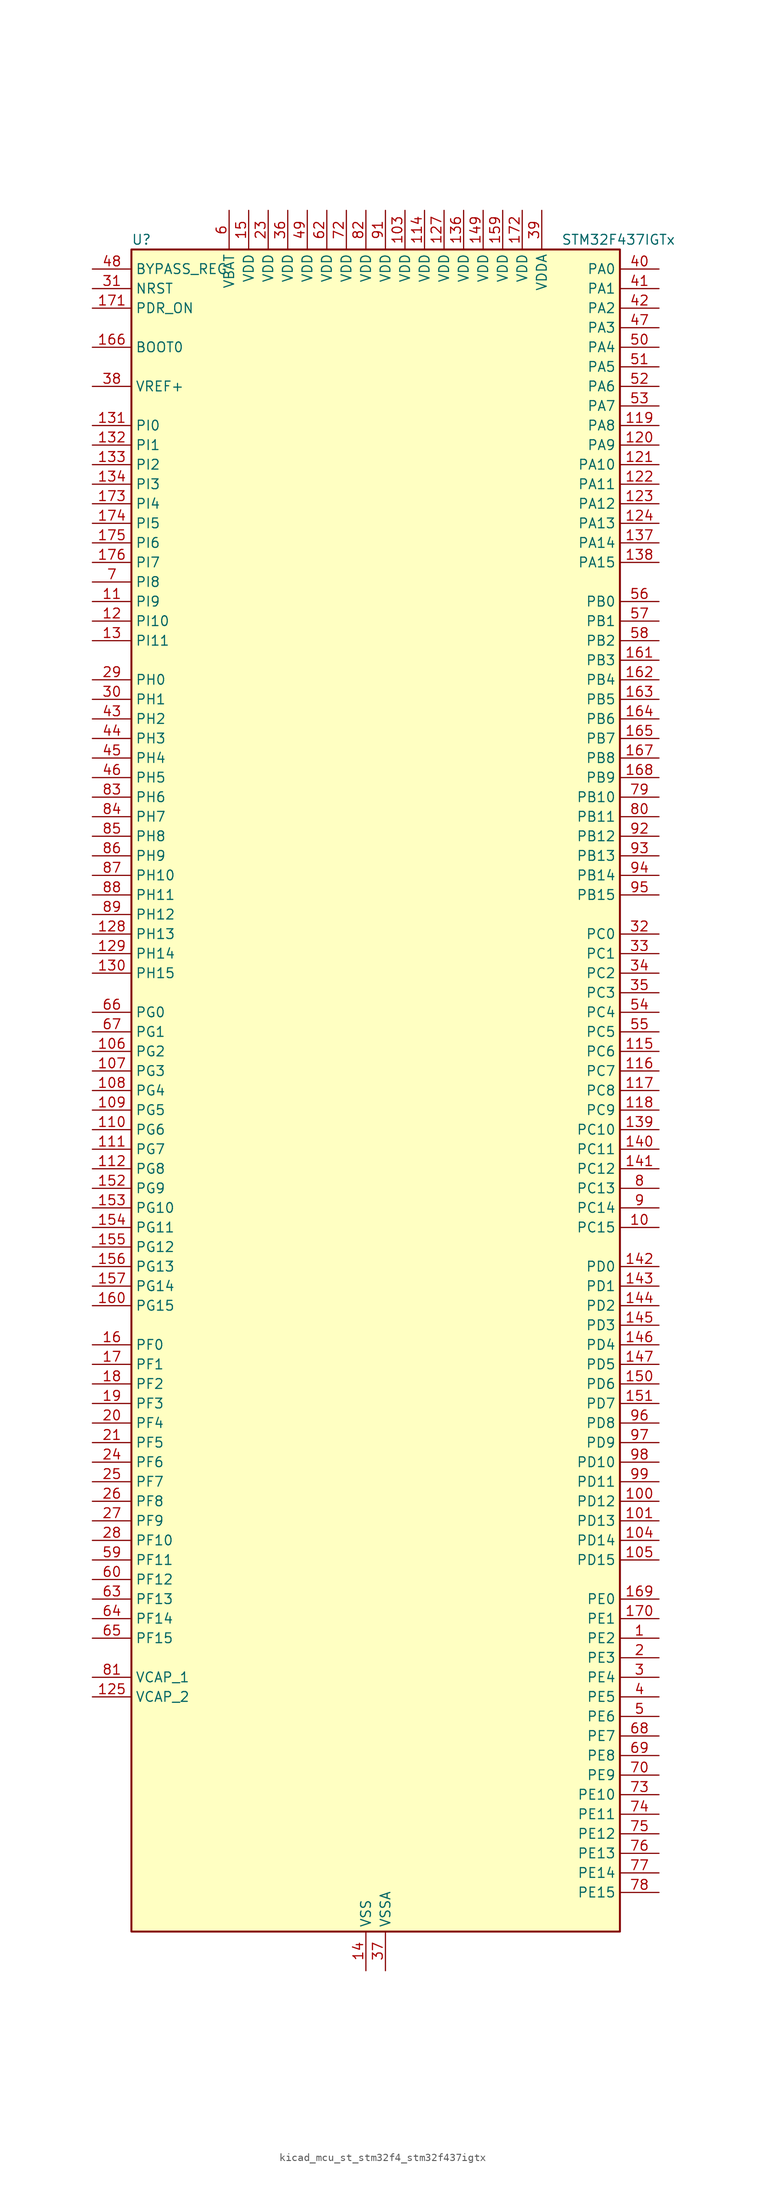
<source format=kicad_sym>
(kicad_symbol_lib
  (version 20220914)
  (generator kicad_symbol_editor)
  (symbol "kicad_mcu_st_stm32f4_stm32f437igtx"
    (property "Reference" "U"
      (at -30.48 110.49 0)
      (effects (font (size 1.27 1.27)) (justify left)))
    (property "Value" "STM32F437IGTx"
      (at 25.4 110.49 0)
      (effects (font (size 1.27 1.27)) (justify left)))
    (property "ki_locked" ""
      (at 0 0 0)
      (effects (font (size 1.27 1.27))))
    (symbol "kicad_mcu_st_stm32f4_stm32f437igtx_0_1"
      (rectangle (start -30.48 -109.22) (end 33.02 109.22) (stroke (width 0.254) (type default)) (fill (type background))))
    (symbol "kicad_mcu_st_stm32f4_stm32f437igtx_1_1"
      (pin bidirectional line (at 38.1 -71.12 180) (length 5.08) (name "PE2" (effects (font (size 1.27 1.27)))) (number "1" (effects (font (size 1.27 1.27)))) (alternate "ETH_TXD3" bidirectional line) (alternate "FMC_A23" bidirectional line) (alternate "SAI1_MCLK_A" bidirectional line) (alternate "SPI4_SCK" bidirectional line) (alternate "SYS_TRACECLK" bidirectional line))
      (pin bidirectional line (at 38.1 -17.78 180) (length 5.08) (name "PC15" (effects (font (size 1.27 1.27)))) (number "10" (effects (font (size 1.27 1.27)))) (alternate "ADC1_EXTI15" bidirectional line) (alternate "ADC2_EXTI15" bidirectional line) (alternate "ADC3_EXTI15" bidirectional line) (alternate "RCC_OSC32_OUT" bidirectional line))
      (pin bidirectional line (at 38.1 -53.34 180) (length 5.08) (name "PD12" (effects (font (size 1.27 1.27)))) (number "100" (effects (font (size 1.27 1.27)))) (alternate "FMC_A17" bidirectional line) (alternate "FMC_ALE" bidirectional line) (alternate "TIM4_CH1" bidirectional line) (alternate "USART3_RTS" bidirectional line))
      (pin bidirectional line (at 38.1 -55.88 180) (length 5.08) (name "PD13" (effects (font (size 1.27 1.27)))) (number "101" (effects (font (size 1.27 1.27)))) (alternate "FMC_A18" bidirectional line) (alternate "TIM4_CH2" bidirectional line))
      (pin passive line (at 0 -114.3 90) (length 5.08) hide (name "VSS" (effects (font (size 1.27 1.27)))) (number "102" (effects (font (size 1.27 1.27)))))
      (pin power_in line (at 5.08 114.3 270) (length 5.08) (name "VDD" (effects (font (size 1.27 1.27)))) (number "103" (effects (font (size 1.27 1.27)))))
      (pin bidirectional line (at 38.1 -58.42 180) (length 5.08) (name "PD14" (effects (font (size 1.27 1.27)))) (number "104" (effects (font (size 1.27 1.27)))) (alternate "FMC_D0" bidirectional line) (alternate "FMC_DA0" bidirectional line) (alternate "TIM4_CH3" bidirectional line))
      (pin bidirectional line (at 38.1 -60.96 180) (length 5.08) (name "PD15" (effects (font (size 1.27 1.27)))) (number "105" (effects (font (size 1.27 1.27)))) (alternate "ADC1_EXTI15" bidirectional line) (alternate "ADC2_EXTI15" bidirectional line) (alternate "ADC3_EXTI15" bidirectional line) (alternate "FMC_D1" bidirectional line) (alternate "FMC_DA1" bidirectional line) (alternate "TIM4_CH4" bidirectional line))
      (pin bidirectional line (at -35.56 5.08 0) (length 5.08) (name "PG2" (effects (font (size 1.27 1.27)))) (number "106" (effects (font (size 1.27 1.27)))) (alternate "FMC_A12" bidirectional line))
      (pin bidirectional line (at -35.56 2.54 0) (length 5.08) (name "PG3" (effects (font (size 1.27 1.27)))) (number "107" (effects (font (size 1.27 1.27)))) (alternate "FMC_A13" bidirectional line))
      (pin bidirectional line (at -35.56 0 0) (length 5.08) (name "PG4" (effects (font (size 1.27 1.27)))) (number "108" (effects (font (size 1.27 1.27)))) (alternate "FMC_A14" bidirectional line) (alternate "FMC_BA0" bidirectional line))
      (pin bidirectional line (at -35.56 -2.54 0) (length 5.08) (name "PG5" (effects (font (size 1.27 1.27)))) (number "109" (effects (font (size 1.27 1.27)))) (alternate "FMC_A15" bidirectional line) (alternate "FMC_BA1" bidirectional line))
      (pin bidirectional line (at -35.56 63.5 0) (length 5.08) (name "PI9" (effects (font (size 1.27 1.27)))) (number "11" (effects (font (size 1.27 1.27)))) (alternate "CAN1_RX" bidirectional line) (alternate "DAC_EXTI9" bidirectional line) (alternate "FMC_D30" bidirectional line))
      (pin bidirectional line (at -35.56 -5.08 0) (length 5.08) (name "PG6" (effects (font (size 1.27 1.27)))) (number "110" (effects (font (size 1.27 1.27)))) (alternate "DCMI_D12" bidirectional line) (alternate "FMC_INT2" bidirectional line))
      (pin bidirectional line (at -35.56 -7.62 0) (length 5.08) (name "PG7" (effects (font (size 1.27 1.27)))) (number "111" (effects (font (size 1.27 1.27)))) (alternate "DCMI_D13" bidirectional line) (alternate "FMC_INT3" bidirectional line) (alternate "USART6_CK" bidirectional line))
      (pin bidirectional line (at -35.56 -10.16 0) (length 5.08) (name "PG8" (effects (font (size 1.27 1.27)))) (number "112" (effects (font (size 1.27 1.27)))) (alternate "ETH_PPS_OUT" bidirectional line) (alternate "FMC_SDCLK" bidirectional line) (alternate "SPI6_NSS" bidirectional line) (alternate "USART6_RTS" bidirectional line))
      (pin passive line (at 0 -114.3 90) (length 5.08) hide (name "VSS" (effects (font (size 1.27 1.27)))) (number "113" (effects (font (size 1.27 1.27)))))
      (pin power_in line (at 7.62 114.3 270) (length 5.08) (name "VDD" (effects (font (size 1.27 1.27)))) (number "114" (effects (font (size 1.27 1.27)))))
      (pin bidirectional line (at 38.1 5.08 180) (length 5.08) (name "PC6" (effects (font (size 1.27 1.27)))) (number "115" (effects (font (size 1.27 1.27)))) (alternate "DCMI_D0" bidirectional line) (alternate "I2S2_MCK" bidirectional line) (alternate "SDIO_D6" bidirectional line) (alternate "TIM3_CH1" bidirectional line) (alternate "TIM8_CH1" bidirectional line) (alternate "USART6_TX" bidirectional line))
      (pin bidirectional line (at 38.1 2.54 180) (length 5.08) (name "PC7" (effects (font (size 1.27 1.27)))) (number "116" (effects (font (size 1.27 1.27)))) (alternate "DCMI_D1" bidirectional line) (alternate "I2S3_MCK" bidirectional line) (alternate "SDIO_D7" bidirectional line) (alternate "TIM3_CH2" bidirectional line) (alternate "TIM8_CH2" bidirectional line) (alternate "USART6_RX" bidirectional line))
      (pin bidirectional line (at 38.1 0 180) (length 5.08) (name "PC8" (effects (font (size 1.27 1.27)))) (number "117" (effects (font (size 1.27 1.27)))) (alternate "DCMI_D2" bidirectional line) (alternate "SDIO_D0" bidirectional line) (alternate "TIM3_CH3" bidirectional line) (alternate "TIM8_CH3" bidirectional line) (alternate "USART6_CK" bidirectional line))
      (pin bidirectional line (at 38.1 -2.54 180) (length 5.08) (name "PC9" (effects (font (size 1.27 1.27)))) (number "118" (effects (font (size 1.27 1.27)))) (alternate "DAC_EXTI9" bidirectional line) (alternate "DCMI_D3" bidirectional line) (alternate "I2C3_SDA" bidirectional line) (alternate "I2S_CKIN" bidirectional line) (alternate "RCC_MCO_2" bidirectional line) (alternate "SDIO_D1" bidirectional line) (alternate "TIM3_CH4" bidirectional line) (alternate "TIM8_CH4" bidirectional line))
      (pin bidirectional line (at 38.1 86.36 180) (length 5.08) (name "PA8" (effects (font (size 1.27 1.27)))) (number "119" (effects (font (size 1.27 1.27)))) (alternate "I2C3_SCL" bidirectional line) (alternate "RCC_MCO_1" bidirectional line) (alternate "TIM1_CH1" bidirectional line) (alternate "USART1_CK" bidirectional line) (alternate "USB_OTG_FS_SOF" bidirectional line))
      (pin bidirectional line (at -35.56 60.96 0) (length 5.08) (name "PI10" (effects (font (size 1.27 1.27)))) (number "12" (effects (font (size 1.27 1.27)))) (alternate "ETH_RX_ER" bidirectional line) (alternate "FMC_D31" bidirectional line))
      (pin bidirectional line (at 38.1 83.82 180) (length 5.08) (name "PA9" (effects (font (size 1.27 1.27)))) (number "120" (effects (font (size 1.27 1.27)))) (alternate "DAC_EXTI9" bidirectional line) (alternate "DCMI_D0" bidirectional line) (alternate "I2C3_SMBA" bidirectional line) (alternate "TIM1_CH2" bidirectional line) (alternate "USART1_TX" bidirectional line) (alternate "USB_OTG_FS_VBUS" bidirectional line))
      (pin bidirectional line (at 38.1 81.28 180) (length 5.08) (name "PA10" (effects (font (size 1.27 1.27)))) (number "121" (effects (font (size 1.27 1.27)))) (alternate "DCMI_D1" bidirectional line) (alternate "TIM1_CH3" bidirectional line) (alternate "USART1_RX" bidirectional line) (alternate "USB_OTG_FS_ID" bidirectional line))
      (pin bidirectional line (at 38.1 78.74 180) (length 5.08) (name "PA11" (effects (font (size 1.27 1.27)))) (number "122" (effects (font (size 1.27 1.27)))) (alternate "ADC1_EXTI11" bidirectional line) (alternate "ADC2_EXTI11" bidirectional line) (alternate "ADC3_EXTI11" bidirectional line) (alternate "CAN1_RX" bidirectional line) (alternate "TIM1_CH4" bidirectional line) (alternate "USART1_CTS" bidirectional line) (alternate "USB_OTG_FS_DM" bidirectional line))
      (pin bidirectional line (at 38.1 76.2 180) (length 5.08) (name "PA12" (effects (font (size 1.27 1.27)))) (number "123" (effects (font (size 1.27 1.27)))) (alternate "CAN1_TX" bidirectional line) (alternate "TIM1_ETR" bidirectional line) (alternate "USART1_RTS" bidirectional line) (alternate "USB_OTG_FS_DP" bidirectional line))
      (pin bidirectional line (at 38.1 73.66 180) (length 5.08) (name "PA13" (effects (font (size 1.27 1.27)))) (number "124" (effects (font (size 1.27 1.27)))) (alternate "SYS_JTMS-SWDIO" bidirectional line))
      (pin power_out line (at -35.56 -78.74 0) (length 5.08) (name "VCAP_2" (effects (font (size 1.27 1.27)))) (number "125" (effects (font (size 1.27 1.27)))))
      (pin passive line (at 0 -114.3 90) (length 5.08) hide (name "VSS" (effects (font (size 1.27 1.27)))) (number "126" (effects (font (size 1.27 1.27)))))
      (pin power_in line (at 10.16 114.3 270) (length 5.08) (name "VDD" (effects (font (size 1.27 1.27)))) (number "127" (effects (font (size 1.27 1.27)))))
      (pin bidirectional line (at -35.56 20.32 0) (length 5.08) (name "PH13" (effects (font (size 1.27 1.27)))) (number "128" (effects (font (size 1.27 1.27)))) (alternate "CAN1_TX" bidirectional line) (alternate "FMC_D21" bidirectional line) (alternate "TIM8_CH1N" bidirectional line))
      (pin bidirectional line (at -35.56 17.78 0) (length 5.08) (name "PH14" (effects (font (size 1.27 1.27)))) (number "129" (effects (font (size 1.27 1.27)))) (alternate "DCMI_D4" bidirectional line) (alternate "FMC_D22" bidirectional line) (alternate "TIM8_CH2N" bidirectional line))
      (pin bidirectional line (at -35.56 58.42 0) (length 5.08) (name "PI11" (effects (font (size 1.27 1.27)))) (number "13" (effects (font (size 1.27 1.27)))) (alternate "ADC1_EXTI11" bidirectional line) (alternate "ADC2_EXTI11" bidirectional line) (alternate "ADC3_EXTI11" bidirectional line) (alternate "USB_OTG_HS_ULPI_DIR" bidirectional line))
      (pin bidirectional line (at -35.56 15.24 0) (length 5.08) (name "PH15" (effects (font (size 1.27 1.27)))) (number "130" (effects (font (size 1.27 1.27)))) (alternate "ADC1_EXTI15" bidirectional line) (alternate "ADC2_EXTI15" bidirectional line) (alternate "ADC3_EXTI15" bidirectional line) (alternate "DCMI_D11" bidirectional line) (alternate "FMC_D23" bidirectional line) (alternate "TIM8_CH3N" bidirectional line))
      (pin bidirectional line (at -35.56 86.36 0) (length 5.08) (name "PI0" (effects (font (size 1.27 1.27)))) (number "131" (effects (font (size 1.27 1.27)))) (alternate "DCMI_D13" bidirectional line) (alternate "FMC_D24" bidirectional line) (alternate "I2S2_WS" bidirectional line) (alternate "SPI2_NSS" bidirectional line) (alternate "TIM5_CH4" bidirectional line))
      (pin bidirectional line (at -35.56 83.82 0) (length 5.08) (name "PI1" (effects (font (size 1.27 1.27)))) (number "132" (effects (font (size 1.27 1.27)))) (alternate "DCMI_D8" bidirectional line) (alternate "FMC_D25" bidirectional line) (alternate "I2S2_CK" bidirectional line) (alternate "SPI2_SCK" bidirectional line))
      (pin bidirectional line (at -35.56 81.28 0) (length 5.08) (name "PI2" (effects (font (size 1.27 1.27)))) (number "133" (effects (font (size 1.27 1.27)))) (alternate "DCMI_D9" bidirectional line) (alternate "FMC_D26" bidirectional line) (alternate "I2S2_ext_SD" bidirectional line) (alternate "SPI2_MISO" bidirectional line) (alternate "TIM8_CH4" bidirectional line))
      (pin bidirectional line (at -35.56 78.74 0) (length 5.08) (name "PI3" (effects (font (size 1.27 1.27)))) (number "134" (effects (font (size 1.27 1.27)))) (alternate "DCMI_D10" bidirectional line) (alternate "FMC_D27" bidirectional line) (alternate "I2S2_SD" bidirectional line) (alternate "SPI2_MOSI" bidirectional line) (alternate "TIM8_ETR" bidirectional line))
      (pin passive line (at 0 -114.3 90) (length 5.08) hide (name "VSS" (effects (font (size 1.27 1.27)))) (number "135" (effects (font (size 1.27 1.27)))))
      (pin power_in line (at 12.7 114.3 270) (length 5.08) (name "VDD" (effects (font (size 1.27 1.27)))) (number "136" (effects (font (size 1.27 1.27)))))
      (pin bidirectional line (at 38.1 71.12 180) (length 5.08) (name "PA14" (effects (font (size 1.27 1.27)))) (number "137" (effects (font (size 1.27 1.27)))) (alternate "SYS_JTCK-SWCLK" bidirectional line))
      (pin bidirectional line (at 38.1 68.58 180) (length 5.08) (name "PA15" (effects (font (size 1.27 1.27)))) (number "138" (effects (font (size 1.27 1.27)))) (alternate "ADC1_EXTI15" bidirectional line) (alternate "ADC2_EXTI15" bidirectional line) (alternate "ADC3_EXTI15" bidirectional line) (alternate "I2S3_WS" bidirectional line) (alternate "SPI1_NSS" bidirectional line) (alternate "SPI3_NSS" bidirectional line) (alternate "SYS_JTDI" bidirectional line) (alternate "TIM2_CH1" bidirectional line) (alternate "TIM2_ETR" bidirectional line))
      (pin bidirectional line (at 38.1 -5.08 180) (length 5.08) (name "PC10" (effects (font (size 1.27 1.27)))) (number "139" (effects (font (size 1.27 1.27)))) (alternate "DCMI_D8" bidirectional line) (alternate "I2S3_CK" bidirectional line) (alternate "SDIO_D2" bidirectional line) (alternate "SPI3_SCK" bidirectional line) (alternate "UART4_TX" bidirectional line) (alternate "USART3_TX" bidirectional line))
      (pin power_in line (at 0 -114.3 90) (length 5.08) (name "VSS" (effects (font (size 1.27 1.27)))) (number "14" (effects (font (size 1.27 1.27)))))
      (pin bidirectional line (at 38.1 -7.62 180) (length 5.08) (name "PC11" (effects (font (size 1.27 1.27)))) (number "140" (effects (font (size 1.27 1.27)))) (alternate "ADC1_EXTI11" bidirectional line) (alternate "ADC2_EXTI11" bidirectional line) (alternate "ADC3_EXTI11" bidirectional line) (alternate "DCMI_D4" bidirectional line) (alternate "I2S3_ext_SD" bidirectional line) (alternate "SDIO_D3" bidirectional line) (alternate "SPI3_MISO" bidirectional line) (alternate "UART4_RX" bidirectional line) (alternate "USART3_RX" bidirectional line))
      (pin bidirectional line (at 38.1 -10.16 180) (length 5.08) (name "PC12" (effects (font (size 1.27 1.27)))) (number "141" (effects (font (size 1.27 1.27)))) (alternate "DCMI_D9" bidirectional line) (alternate "I2S3_SD" bidirectional line) (alternate "SDIO_CK" bidirectional line) (alternate "SPI3_MOSI" bidirectional line) (alternate "UART5_TX" bidirectional line) (alternate "USART3_CK" bidirectional line))
      (pin bidirectional line (at 38.1 -22.86 180) (length 5.08) (name "PD0" (effects (font (size 1.27 1.27)))) (number "142" (effects (font (size 1.27 1.27)))) (alternate "CAN1_RX" bidirectional line) (alternate "FMC_D2" bidirectional line) (alternate "FMC_DA2" bidirectional line))
      (pin bidirectional line (at 38.1 -25.4 180) (length 5.08) (name "PD1" (effects (font (size 1.27 1.27)))) (number "143" (effects (font (size 1.27 1.27)))) (alternate "CAN1_TX" bidirectional line) (alternate "FMC_D3" bidirectional line) (alternate "FMC_DA3" bidirectional line))
      (pin bidirectional line (at 38.1 -27.94 180) (length 5.08) (name "PD2" (effects (font (size 1.27 1.27)))) (number "144" (effects (font (size 1.27 1.27)))) (alternate "DCMI_D11" bidirectional line) (alternate "SDIO_CMD" bidirectional line) (alternate "TIM3_ETR" bidirectional line) (alternate "UART5_RX" bidirectional line))
      (pin bidirectional line (at 38.1 -30.48 180) (length 5.08) (name "PD3" (effects (font (size 1.27 1.27)))) (number "145" (effects (font (size 1.27 1.27)))) (alternate "DCMI_D5" bidirectional line) (alternate "FMC_CLK" bidirectional line) (alternate "I2S2_CK" bidirectional line) (alternate "SPI2_SCK" bidirectional line) (alternate "USART2_CTS" bidirectional line))
      (pin bidirectional line (at 38.1 -33.02 180) (length 5.08) (name "PD4" (effects (font (size 1.27 1.27)))) (number "146" (effects (font (size 1.27 1.27)))) (alternate "FMC_NOE" bidirectional line) (alternate "USART2_RTS" bidirectional line))
      (pin bidirectional line (at 38.1 -35.56 180) (length 5.08) (name "PD5" (effects (font (size 1.27 1.27)))) (number "147" (effects (font (size 1.27 1.27)))) (alternate "FMC_NWE" bidirectional line) (alternate "USART2_TX" bidirectional line))
      (pin passive line (at 0 -114.3 90) (length 5.08) hide (name "VSS" (effects (font (size 1.27 1.27)))) (number "148" (effects (font (size 1.27 1.27)))))
      (pin power_in line (at 15.24 114.3 270) (length 5.08) (name "VDD" (effects (font (size 1.27 1.27)))) (number "149" (effects (font (size 1.27 1.27)))))
      (pin power_in line (at -15.24 114.3 270) (length 5.08) (name "VDD" (effects (font (size 1.27 1.27)))) (number "15" (effects (font (size 1.27 1.27)))))
      (pin bidirectional line (at 38.1 -38.1 180) (length 5.08) (name "PD6" (effects (font (size 1.27 1.27)))) (number "150" (effects (font (size 1.27 1.27)))) (alternate "DCMI_D10" bidirectional line) (alternate "FMC_NWAIT" bidirectional line) (alternate "I2S3_SD" bidirectional line) (alternate "SAI1_SD_A" bidirectional line) (alternate "SPI3_MOSI" bidirectional line) (alternate "USART2_RX" bidirectional line))
      (pin bidirectional line (at 38.1 -40.64 180) (length 5.08) (name "PD7" (effects (font (size 1.27 1.27)))) (number "151" (effects (font (size 1.27 1.27)))) (alternate "FMC_NCE2" bidirectional line) (alternate "FMC_NE1" bidirectional line) (alternate "USART2_CK" bidirectional line))
      (pin bidirectional line (at -35.56 -12.7 0) (length 5.08) (name "PG9" (effects (font (size 1.27 1.27)))) (number "152" (effects (font (size 1.27 1.27)))) (alternate "DAC_EXTI9" bidirectional line) (alternate "DCMI_VSYNC" bidirectional line) (alternate "FMC_NCE3" bidirectional line) (alternate "FMC_NE2" bidirectional line) (alternate "USART6_RX" bidirectional line))
      (pin bidirectional line (at -35.56 -15.24 0) (length 5.08) (name "PG10" (effects (font (size 1.27 1.27)))) (number "153" (effects (font (size 1.27 1.27)))) (alternate "DCMI_D2" bidirectional line) (alternate "FMC_NCE4_1" bidirectional line) (alternate "FMC_NE3" bidirectional line))
      (pin bidirectional line (at -35.56 -17.78 0) (length 5.08) (name "PG11" (effects (font (size 1.27 1.27)))) (number "154" (effects (font (size 1.27 1.27)))) (alternate "ADC1_EXTI11" bidirectional line) (alternate "ADC2_EXTI11" bidirectional line) (alternate "ADC3_EXTI11" bidirectional line) (alternate "DCMI_D3" bidirectional line) (alternate "ETH_TX_EN" bidirectional line) (alternate "FMC_NCE4_2" bidirectional line))
      (pin bidirectional line (at -35.56 -20.32 0) (length 5.08) (name "PG12" (effects (font (size 1.27 1.27)))) (number "155" (effects (font (size 1.27 1.27)))) (alternate "FMC_NE4" bidirectional line) (alternate "SPI6_MISO" bidirectional line) (alternate "USART6_RTS" bidirectional line))
      (pin bidirectional line (at -35.56 -22.86 0) (length 5.08) (name "PG13" (effects (font (size 1.27 1.27)))) (number "156" (effects (font (size 1.27 1.27)))) (alternate "ETH_TXD0" bidirectional line) (alternate "FMC_A24" bidirectional line) (alternate "SPI6_SCK" bidirectional line) (alternate "USART6_CTS" bidirectional line))
      (pin bidirectional line (at -35.56 -25.4 0) (length 5.08) (name "PG14" (effects (font (size 1.27 1.27)))) (number "157" (effects (font (size 1.27 1.27)))) (alternate "ETH_TXD1" bidirectional line) (alternate "FMC_A25" bidirectional line) (alternate "SPI6_MOSI" bidirectional line) (alternate "USART6_TX" bidirectional line))
      (pin passive line (at 0 -114.3 90) (length 5.08) hide (name "VSS" (effects (font (size 1.27 1.27)))) (number "158" (effects (font (size 1.27 1.27)))))
      (pin power_in line (at 17.78 114.3 270) (length 5.08) (name "VDD" (effects (font (size 1.27 1.27)))) (number "159" (effects (font (size 1.27 1.27)))))
      (pin bidirectional line (at -35.56 -33.02 0) (length 5.08) (name "PF0" (effects (font (size 1.27 1.27)))) (number "16" (effects (font (size 1.27 1.27)))) (alternate "FMC_A0" bidirectional line) (alternate "I2C2_SDA" bidirectional line))
      (pin bidirectional line (at -35.56 -27.94 0) (length 5.08) (name "PG15" (effects (font (size 1.27 1.27)))) (number "160" (effects (font (size 1.27 1.27)))) (alternate "ADC1_EXTI15" bidirectional line) (alternate "ADC2_EXTI15" bidirectional line) (alternate "ADC3_EXTI15" bidirectional line) (alternate "DCMI_D13" bidirectional line) (alternate "FMC_SDNCAS" bidirectional line) (alternate "USART6_CTS" bidirectional line))
      (pin bidirectional line (at 38.1 55.88 180) (length 5.08) (name "PB3" (effects (font (size 1.27 1.27)))) (number "161" (effects (font (size 1.27 1.27)))) (alternate "I2S3_CK" bidirectional line) (alternate "SPI1_SCK" bidirectional line) (alternate "SPI3_SCK" bidirectional line) (alternate "SYS_JTDO-SWO" bidirectional line) (alternate "TIM2_CH2" bidirectional line))
      (pin bidirectional line (at 38.1 53.34 180) (length 5.08) (name "PB4" (effects (font (size 1.27 1.27)))) (number "162" (effects (font (size 1.27 1.27)))) (alternate "I2S3_ext_SD" bidirectional line) (alternate "SPI1_MISO" bidirectional line) (alternate "SPI3_MISO" bidirectional line) (alternate "SYS_JTRST" bidirectional line) (alternate "TIM3_CH1" bidirectional line))
      (pin bidirectional line (at 38.1 50.8 180) (length 5.08) (name "PB5" (effects (font (size 1.27 1.27)))) (number "163" (effects (font (size 1.27 1.27)))) (alternate "CAN2_RX" bidirectional line) (alternate "DCMI_D10" bidirectional line) (alternate "ETH_PPS_OUT" bidirectional line) (alternate "FMC_SDCKE1" bidirectional line) (alternate "I2C1_SMBA" bidirectional line) (alternate "I2S3_SD" bidirectional line) (alternate "SPI1_MOSI" bidirectional line) (alternate "SPI3_MOSI" bidirectional line) (alternate "TIM3_CH2" bidirectional line) (alternate "USB_OTG_HS_ULPI_D7" bidirectional line))
      (pin bidirectional line (at 38.1 48.26 180) (length 5.08) (name "PB6" (effects (font (size 1.27 1.27)))) (number "164" (effects (font (size 1.27 1.27)))) (alternate "CAN2_TX" bidirectional line) (alternate "DCMI_D5" bidirectional line) (alternate "FMC_SDNE1" bidirectional line) (alternate "I2C1_SCL" bidirectional line) (alternate "TIM4_CH1" bidirectional line) (alternate "USART1_TX" bidirectional line))
      (pin bidirectional line (at 38.1 45.72 180) (length 5.08) (name "PB7" (effects (font (size 1.27 1.27)))) (number "165" (effects (font (size 1.27 1.27)))) (alternate "DCMI_VSYNC" bidirectional line) (alternate "FMC_NL" bidirectional line) (alternate "I2C1_SDA" bidirectional line) (alternate "TIM4_CH2" bidirectional line) (alternate "USART1_RX" bidirectional line))
      (pin input line (at -35.56 96.52 0) (length 5.08) (name "BOOT0" (effects (font (size 1.27 1.27)))) (number "166" (effects (font (size 1.27 1.27)))))
      (pin bidirectional line (at 38.1 43.18 180) (length 5.08) (name "PB8" (effects (font (size 1.27 1.27)))) (number "167" (effects (font (size 1.27 1.27)))) (alternate "CAN1_RX" bidirectional line) (alternate "DCMI_D6" bidirectional line) (alternate "ETH_TXD3" bidirectional line) (alternate "I2C1_SCL" bidirectional line) (alternate "SDIO_D4" bidirectional line) (alternate "TIM10_CH1" bidirectional line) (alternate "TIM4_CH3" bidirectional line))
      (pin bidirectional line (at 38.1 40.64 180) (length 5.08) (name "PB9" (effects (font (size 1.27 1.27)))) (number "168" (effects (font (size 1.27 1.27)))) (alternate "CAN1_TX" bidirectional line) (alternate "DAC_EXTI9" bidirectional line) (alternate "DCMI_D7" bidirectional line) (alternate "I2C1_SDA" bidirectional line) (alternate "I2S2_WS" bidirectional line) (alternate "SDIO_D5" bidirectional line) (alternate "SPI2_NSS" bidirectional line) (alternate "TIM11_CH1" bidirectional line) (alternate "TIM4_CH4" bidirectional line))
      (pin bidirectional line (at 38.1 -66.04 180) (length 5.08) (name "PE0" (effects (font (size 1.27 1.27)))) (number "169" (effects (font (size 1.27 1.27)))) (alternate "DCMI_D2" bidirectional line) (alternate "FMC_NBL0" bidirectional line) (alternate "TIM4_ETR" bidirectional line) (alternate "UART8_RX" bidirectional line))
      (pin bidirectional line (at -35.56 -35.56 0) (length 5.08) (name "PF1" (effects (font (size 1.27 1.27)))) (number "17" (effects (font (size 1.27 1.27)))) (alternate "FMC_A1" bidirectional line) (alternate "I2C2_SCL" bidirectional line))
      (pin bidirectional line (at 38.1 -68.58 180) (length 5.08) (name "PE1" (effects (font (size 1.27 1.27)))) (number "170" (effects (font (size 1.27 1.27)))) (alternate "DCMI_D3" bidirectional line) (alternate "FMC_NBL1" bidirectional line) (alternate "UART8_TX" bidirectional line))
      (pin input line (at -35.56 101.6 0) (length 5.08) (name "PDR_ON" (effects (font (size 1.27 1.27)))) (number "171" (effects (font (size 1.27 1.27)))))
      (pin power_in line (at 20.32 114.3 270) (length 5.08) (name "VDD" (effects (font (size 1.27 1.27)))) (number "172" (effects (font (size 1.27 1.27)))))
      (pin bidirectional line (at -35.56 76.2 0) (length 5.08) (name "PI4" (effects (font (size 1.27 1.27)))) (number "173" (effects (font (size 1.27 1.27)))) (alternate "DCMI_D5" bidirectional line) (alternate "FMC_NBL2" bidirectional line) (alternate "TIM8_BKIN" bidirectional line))
      (pin bidirectional line (at -35.56 73.66 0) (length 5.08) (name "PI5" (effects (font (size 1.27 1.27)))) (number "174" (effects (font (size 1.27 1.27)))) (alternate "DCMI_VSYNC" bidirectional line) (alternate "FMC_NBL3" bidirectional line) (alternate "TIM8_CH1" bidirectional line))
      (pin bidirectional line (at -35.56 71.12 0) (length 5.08) (name "PI6" (effects (font (size 1.27 1.27)))) (number "175" (effects (font (size 1.27 1.27)))) (alternate "DCMI_D6" bidirectional line) (alternate "FMC_D28" bidirectional line) (alternate "TIM8_CH2" bidirectional line))
      (pin bidirectional line (at -35.56 68.58 0) (length 5.08) (name "PI7" (effects (font (size 1.27 1.27)))) (number "176" (effects (font (size 1.27 1.27)))) (alternate "DCMI_D7" bidirectional line) (alternate "FMC_D29" bidirectional line) (alternate "TIM8_CH3" bidirectional line))
      (pin bidirectional line (at -35.56 -38.1 0) (length 5.08) (name "PF2" (effects (font (size 1.27 1.27)))) (number "18" (effects (font (size 1.27 1.27)))) (alternate "FMC_A2" bidirectional line) (alternate "I2C2_SMBA" bidirectional line))
      (pin bidirectional line (at -35.56 -40.64 0) (length 5.08) (name "PF3" (effects (font (size 1.27 1.27)))) (number "19" (effects (font (size 1.27 1.27)))) (alternate "ADC3_IN9" bidirectional line) (alternate "FMC_A3" bidirectional line))
      (pin bidirectional line (at 38.1 -73.66 180) (length 5.08) (name "PE3" (effects (font (size 1.27 1.27)))) (number "2" (effects (font (size 1.27 1.27)))) (alternate "FMC_A19" bidirectional line) (alternate "SAI1_SD_B" bidirectional line) (alternate "SYS_TRACED0" bidirectional line))
      (pin bidirectional line (at -35.56 -43.18 0) (length 5.08) (name "PF4" (effects (font (size 1.27 1.27)))) (number "20" (effects (font (size 1.27 1.27)))) (alternate "ADC3_IN14" bidirectional line) (alternate "FMC_A4" bidirectional line))
      (pin bidirectional line (at -35.56 -45.72 0) (length 5.08) (name "PF5" (effects (font (size 1.27 1.27)))) (number "21" (effects (font (size 1.27 1.27)))) (alternate "ADC3_IN15" bidirectional line) (alternate "FMC_A5" bidirectional line))
      (pin passive line (at 0 -114.3 90) (length 5.08) hide (name "VSS" (effects (font (size 1.27 1.27)))) (number "22" (effects (font (size 1.27 1.27)))))
      (pin power_in line (at -12.7 114.3 270) (length 5.08) (name "VDD" (effects (font (size 1.27 1.27)))) (number "23" (effects (font (size 1.27 1.27)))))
      (pin bidirectional line (at -35.56 -48.26 0) (length 5.08) (name "PF6" (effects (font (size 1.27 1.27)))) (number "24" (effects (font (size 1.27 1.27)))) (alternate "ADC3_IN4" bidirectional line) (alternate "FMC_NIORD" bidirectional line) (alternate "SAI1_SD_B" bidirectional line) (alternate "SPI5_NSS" bidirectional line) (alternate "TIM10_CH1" bidirectional line) (alternate "UART7_RX" bidirectional line))
      (pin bidirectional line (at -35.56 -50.8 0) (length 5.08) (name "PF7" (effects (font (size 1.27 1.27)))) (number "25" (effects (font (size 1.27 1.27)))) (alternate "ADC3_IN5" bidirectional line) (alternate "FMC_NREG" bidirectional line) (alternate "SAI1_MCLK_B" bidirectional line) (alternate "SPI5_SCK" bidirectional line) (alternate "TIM11_CH1" bidirectional line) (alternate "UART7_TX" bidirectional line))
      (pin bidirectional line (at -35.56 -53.34 0) (length 5.08) (name "PF8" (effects (font (size 1.27 1.27)))) (number "26" (effects (font (size 1.27 1.27)))) (alternate "ADC3_IN6" bidirectional line) (alternate "FMC_NIOWR" bidirectional line) (alternate "SAI1_SCK_B" bidirectional line) (alternate "SPI5_MISO" bidirectional line) (alternate "TIM13_CH1" bidirectional line))
      (pin bidirectional line (at -35.56 -55.88 0) (length 5.08) (name "PF9" (effects (font (size 1.27 1.27)))) (number "27" (effects (font (size 1.27 1.27)))) (alternate "ADC3_IN7" bidirectional line) (alternate "DAC_EXTI9" bidirectional line) (alternate "FMC_CD" bidirectional line) (alternate "SAI1_FS_B" bidirectional line) (alternate "SPI5_MOSI" bidirectional line) (alternate "TIM14_CH1" bidirectional line))
      (pin bidirectional line (at -35.56 -58.42 0) (length 5.08) (name "PF10" (effects (font (size 1.27 1.27)))) (number "28" (effects (font (size 1.27 1.27)))) (alternate "ADC3_IN8" bidirectional line) (alternate "DCMI_D11" bidirectional line) (alternate "FMC_INTR" bidirectional line))
      (pin bidirectional line (at -35.56 53.34 0) (length 5.08) (name "PH0" (effects (font (size 1.27 1.27)))) (number "29" (effects (font (size 1.27 1.27)))) (alternate "RCC_OSC_IN" bidirectional line))
      (pin bidirectional line (at 38.1 -76.2 180) (length 5.08) (name "PE4" (effects (font (size 1.27 1.27)))) (number "3" (effects (font (size 1.27 1.27)))) (alternate "DCMI_D4" bidirectional line) (alternate "FMC_A20" bidirectional line) (alternate "SAI1_FS_A" bidirectional line) (alternate "SPI4_NSS" bidirectional line) (alternate "SYS_TRACED1" bidirectional line))
      (pin bidirectional line (at -35.56 50.8 0) (length 5.08) (name "PH1" (effects (font (size 1.27 1.27)))) (number "30" (effects (font (size 1.27 1.27)))) (alternate "RCC_OSC_OUT" bidirectional line))
      (pin input line (at -35.56 104.14 0) (length 5.08) (name "NRST" (effects (font (size 1.27 1.27)))) (number "31" (effects (font (size 1.27 1.27)))))
      (pin bidirectional line (at 38.1 20.32 180) (length 5.08) (name "PC0" (effects (font (size 1.27 1.27)))) (number "32" (effects (font (size 1.27 1.27)))) (alternate "ADC1_IN10" bidirectional line) (alternate "ADC2_IN10" bidirectional line) (alternate "ADC3_IN10" bidirectional line) (alternate "FMC_SDNWE" bidirectional line) (alternate "USB_OTG_HS_ULPI_STP" bidirectional line))
      (pin bidirectional line (at 38.1 17.78 180) (length 5.08) (name "PC1" (effects (font (size 1.27 1.27)))) (number "33" (effects (font (size 1.27 1.27)))) (alternate "ADC1_IN11" bidirectional line) (alternate "ADC2_IN11" bidirectional line) (alternate "ADC3_IN11" bidirectional line) (alternate "ETH_MDC" bidirectional line))
      (pin bidirectional line (at 38.1 15.24 180) (length 5.08) (name "PC2" (effects (font (size 1.27 1.27)))) (number "34" (effects (font (size 1.27 1.27)))) (alternate "ADC1_IN12" bidirectional line) (alternate "ADC2_IN12" bidirectional line) (alternate "ADC3_IN12" bidirectional line) (alternate "ETH_TXD2" bidirectional line) (alternate "FMC_SDNE0" bidirectional line) (alternate "I2S2_ext_SD" bidirectional line) (alternate "SPI2_MISO" bidirectional line) (alternate "USB_OTG_HS_ULPI_DIR" bidirectional line))
      (pin bidirectional line (at 38.1 12.7 180) (length 5.08) (name "PC3" (effects (font (size 1.27 1.27)))) (number "35" (effects (font (size 1.27 1.27)))) (alternate "ADC1_IN13" bidirectional line) (alternate "ADC2_IN13" bidirectional line) (alternate "ADC3_IN13" bidirectional line) (alternate "ETH_TX_CLK" bidirectional line) (alternate "FMC_SDCKE0" bidirectional line) (alternate "I2S2_SD" bidirectional line) (alternate "SPI2_MOSI" bidirectional line) (alternate "USB_OTG_HS_ULPI_NXT" bidirectional line))
      (pin power_in line (at -10.16 114.3 270) (length 5.08) (name "VDD" (effects (font (size 1.27 1.27)))) (number "36" (effects (font (size 1.27 1.27)))))
      (pin power_in line (at 2.54 -114.3 90) (length 5.08) (name "VSSA" (effects (font (size 1.27 1.27)))) (number "37" (effects (font (size 1.27 1.27)))))
      (pin input line (at -35.56 91.44 0) (length 5.08) (name "VREF+" (effects (font (size 1.27 1.27)))) (number "38" (effects (font (size 1.27 1.27)))))
      (pin power_in line (at 22.86 114.3 270) (length 5.08) (name "VDDA" (effects (font (size 1.27 1.27)))) (number "39" (effects (font (size 1.27 1.27)))))
      (pin bidirectional line (at 38.1 -78.74 180) (length 5.08) (name "PE5" (effects (font (size 1.27 1.27)))) (number "4" (effects (font (size 1.27 1.27)))) (alternate "DCMI_D6" bidirectional line) (alternate "FMC_A21" bidirectional line) (alternate "SAI1_SCK_A" bidirectional line) (alternate "SPI4_MISO" bidirectional line) (alternate "SYS_TRACED2" bidirectional line) (alternate "TIM9_CH1" bidirectional line))
      (pin bidirectional line (at 38.1 106.68 180) (length 5.08) (name "PA0" (effects (font (size 1.27 1.27)))) (number "40" (effects (font (size 1.27 1.27)))) (alternate "ADC1_IN0" bidirectional line) (alternate "ADC2_IN0" bidirectional line) (alternate "ADC3_IN0" bidirectional line) (alternate "ETH_CRS" bidirectional line) (alternate "SYS_WKUP" bidirectional line) (alternate "TIM2_CH1" bidirectional line) (alternate "TIM2_ETR" bidirectional line) (alternate "TIM5_CH1" bidirectional line) (alternate "TIM8_ETR" bidirectional line) (alternate "UART4_TX" bidirectional line) (alternate "USART2_CTS" bidirectional line))
      (pin bidirectional line (at 38.1 104.14 180) (length 5.08) (name "PA1" (effects (font (size 1.27 1.27)))) (number "41" (effects (font (size 1.27 1.27)))) (alternate "ADC1_IN1" bidirectional line) (alternate "ADC2_IN1" bidirectional line) (alternate "ADC3_IN1" bidirectional line) (alternate "ETH_REF_CLK" bidirectional line) (alternate "ETH_RX_CLK" bidirectional line) (alternate "TIM2_CH2" bidirectional line) (alternate "TIM5_CH2" bidirectional line) (alternate "UART4_RX" bidirectional line) (alternate "USART2_RTS" bidirectional line))
      (pin bidirectional line (at 38.1 101.6 180) (length 5.08) (name "PA2" (effects (font (size 1.27 1.27)))) (number "42" (effects (font (size 1.27 1.27)))) (alternate "ADC1_IN2" bidirectional line) (alternate "ADC2_IN2" bidirectional line) (alternate "ADC3_IN2" bidirectional line) (alternate "ETH_MDIO" bidirectional line) (alternate "TIM2_CH3" bidirectional line) (alternate "TIM5_CH3" bidirectional line) (alternate "TIM9_CH1" bidirectional line) (alternate "USART2_TX" bidirectional line))
      (pin bidirectional line (at -35.56 48.26 0) (length 5.08) (name "PH2" (effects (font (size 1.27 1.27)))) (number "43" (effects (font (size 1.27 1.27)))) (alternate "ETH_CRS" bidirectional line) (alternate "FMC_SDCKE0" bidirectional line))
      (pin bidirectional line (at -35.56 45.72 0) (length 5.08) (name "PH3" (effects (font (size 1.27 1.27)))) (number "44" (effects (font (size 1.27 1.27)))) (alternate "ETH_COL" bidirectional line) (alternate "FMC_SDNE0" bidirectional line))
      (pin bidirectional line (at -35.56 43.18 0) (length 5.08) (name "PH4" (effects (font (size 1.27 1.27)))) (number "45" (effects (font (size 1.27 1.27)))) (alternate "I2C2_SCL" bidirectional line) (alternate "USB_OTG_HS_ULPI_NXT" bidirectional line))
      (pin bidirectional line (at -35.56 40.64 0) (length 5.08) (name "PH5" (effects (font (size 1.27 1.27)))) (number "46" (effects (font (size 1.27 1.27)))) (alternate "FMC_SDNWE" bidirectional line) (alternate "I2C2_SDA" bidirectional line) (alternate "SPI5_NSS" bidirectional line))
      (pin bidirectional line (at 38.1 99.06 180) (length 5.08) (name "PA3" (effects (font (size 1.27 1.27)))) (number "47" (effects (font (size 1.27 1.27)))) (alternate "ADC1_IN3" bidirectional line) (alternate "ADC2_IN3" bidirectional line) (alternate "ADC3_IN3" bidirectional line) (alternate "ETH_COL" bidirectional line) (alternate "TIM2_CH4" bidirectional line) (alternate "TIM5_CH4" bidirectional line) (alternate "TIM9_CH2" bidirectional line) (alternate "USART2_RX" bidirectional line) (alternate "USB_OTG_HS_ULPI_D0" bidirectional line))
      (pin input line (at -35.56 106.68 0) (length 5.08) (name "BYPASS_REG" (effects (font (size 1.27 1.27)))) (number "48" (effects (font (size 1.27 1.27)))))
      (pin power_in line (at -7.62 114.3 270) (length 5.08) (name "VDD" (effects (font (size 1.27 1.27)))) (number "49" (effects (font (size 1.27 1.27)))))
      (pin bidirectional line (at 38.1 -81.28 180) (length 5.08) (name "PE6" (effects (font (size 1.27 1.27)))) (number "5" (effects (font (size 1.27 1.27)))) (alternate "DCMI_D7" bidirectional line) (alternate "FMC_A22" bidirectional line) (alternate "SAI1_SD_A" bidirectional line) (alternate "SPI4_MOSI" bidirectional line) (alternate "SYS_TRACED3" bidirectional line) (alternate "TIM9_CH2" bidirectional line))
      (pin bidirectional line (at 38.1 96.52 180) (length 5.08) (name "PA4" (effects (font (size 1.27 1.27)))) (number "50" (effects (font (size 1.27 1.27)))) (alternate "ADC1_IN4" bidirectional line) (alternate "ADC2_IN4" bidirectional line) (alternate "DAC_OUT1" bidirectional line) (alternate "DCMI_HSYNC" bidirectional line) (alternate "I2S3_WS" bidirectional line) (alternate "SPI1_NSS" bidirectional line) (alternate "SPI3_NSS" bidirectional line) (alternate "USART2_CK" bidirectional line) (alternate "USB_OTG_HS_SOF" bidirectional line))
      (pin bidirectional line (at 38.1 93.98 180) (length 5.08) (name "PA5" (effects (font (size 1.27 1.27)))) (number "51" (effects (font (size 1.27 1.27)))) (alternate "ADC1_IN5" bidirectional line) (alternate "ADC2_IN5" bidirectional line) (alternate "DAC_OUT2" bidirectional line) (alternate "SPI1_SCK" bidirectional line) (alternate "TIM2_CH1" bidirectional line) (alternate "TIM2_ETR" bidirectional line) (alternate "TIM8_CH1N" bidirectional line) (alternate "USB_OTG_HS_ULPI_CK" bidirectional line))
      (pin bidirectional line (at 38.1 91.44 180) (length 5.08) (name "PA6" (effects (font (size 1.27 1.27)))) (number "52" (effects (font (size 1.27 1.27)))) (alternate "ADC1_IN6" bidirectional line) (alternate "ADC2_IN6" bidirectional line) (alternate "DCMI_PIXCLK" bidirectional line) (alternate "SPI1_MISO" bidirectional line) (alternate "TIM13_CH1" bidirectional line) (alternate "TIM1_BKIN" bidirectional line) (alternate "TIM3_CH1" bidirectional line) (alternate "TIM8_BKIN" bidirectional line))
      (pin bidirectional line (at 38.1 88.9 180) (length 5.08) (name "PA7" (effects (font (size 1.27 1.27)))) (number "53" (effects (font (size 1.27 1.27)))) (alternate "ADC1_IN7" bidirectional line) (alternate "ADC2_IN7" bidirectional line) (alternate "ETH_CRS_DV" bidirectional line) (alternate "ETH_RX_DV" bidirectional line) (alternate "SPI1_MOSI" bidirectional line) (alternate "TIM14_CH1" bidirectional line) (alternate "TIM1_CH1N" bidirectional line) (alternate "TIM3_CH2" bidirectional line) (alternate "TIM8_CH1N" bidirectional line))
      (pin bidirectional line (at 38.1 10.16 180) (length 5.08) (name "PC4" (effects (font (size 1.27 1.27)))) (number "54" (effects (font (size 1.27 1.27)))) (alternate "ADC1_IN14" bidirectional line) (alternate "ADC2_IN14" bidirectional line) (alternate "ETH_RXD0" bidirectional line))
      (pin bidirectional line (at 38.1 7.62 180) (length 5.08) (name "PC5" (effects (font (size 1.27 1.27)))) (number "55" (effects (font (size 1.27 1.27)))) (alternate "ADC1_IN15" bidirectional line) (alternate "ADC2_IN15" bidirectional line) (alternate "ETH_RXD1" bidirectional line))
      (pin bidirectional line (at 38.1 63.5 180) (length 5.08) (name "PB0" (effects (font (size 1.27 1.27)))) (number "56" (effects (font (size 1.27 1.27)))) (alternate "ADC1_IN8" bidirectional line) (alternate "ADC2_IN8" bidirectional line) (alternate "ETH_RXD2" bidirectional line) (alternate "TIM1_CH2N" bidirectional line) (alternate "TIM3_CH3" bidirectional line) (alternate "TIM8_CH2N" bidirectional line) (alternate "USB_OTG_HS_ULPI_D1" bidirectional line))
      (pin bidirectional line (at 38.1 60.96 180) (length 5.08) (name "PB1" (effects (font (size 1.27 1.27)))) (number "57" (effects (font (size 1.27 1.27)))) (alternate "ADC1_IN9" bidirectional line) (alternate "ADC2_IN9" bidirectional line) (alternate "ETH_RXD3" bidirectional line) (alternate "TIM1_CH3N" bidirectional line) (alternate "TIM3_CH4" bidirectional line) (alternate "TIM8_CH3N" bidirectional line) (alternate "USB_OTG_HS_ULPI_D2" bidirectional line))
      (pin bidirectional line (at 38.1 58.42 180) (length 5.08) (name "PB2" (effects (font (size 1.27 1.27)))) (number "58" (effects (font (size 1.27 1.27)))))
      (pin bidirectional line (at -35.56 -60.96 0) (length 5.08) (name "PF11" (effects (font (size 1.27 1.27)))) (number "59" (effects (font (size 1.27 1.27)))) (alternate "ADC1_EXTI11" bidirectional line) (alternate "ADC2_EXTI11" bidirectional line) (alternate "ADC3_EXTI11" bidirectional line) (alternate "DCMI_D12" bidirectional line) (alternate "FMC_SDNRAS" bidirectional line) (alternate "SPI5_MOSI" bidirectional line))
      (pin power_in line (at -17.78 114.3 270) (length 5.08) (name "VBAT" (effects (font (size 1.27 1.27)))) (number "6" (effects (font (size 1.27 1.27)))))
      (pin bidirectional line (at -35.56 -63.5 0) (length 5.08) (name "PF12" (effects (font (size 1.27 1.27)))) (number "60" (effects (font (size 1.27 1.27)))) (alternate "FMC_A6" bidirectional line))
      (pin passive line (at 0 -114.3 90) (length 5.08) hide (name "VSS" (effects (font (size 1.27 1.27)))) (number "61" (effects (font (size 1.27 1.27)))))
      (pin power_in line (at -5.08 114.3 270) (length 5.08) (name "VDD" (effects (font (size 1.27 1.27)))) (number "62" (effects (font (size 1.27 1.27)))))
      (pin bidirectional line (at -35.56 -66.04 0) (length 5.08) (name "PF13" (effects (font (size 1.27 1.27)))) (number "63" (effects (font (size 1.27 1.27)))) (alternate "FMC_A7" bidirectional line))
      (pin bidirectional line (at -35.56 -68.58 0) (length 5.08) (name "PF14" (effects (font (size 1.27 1.27)))) (number "64" (effects (font (size 1.27 1.27)))) (alternate "FMC_A8" bidirectional line))
      (pin bidirectional line (at -35.56 -71.12 0) (length 5.08) (name "PF15" (effects (font (size 1.27 1.27)))) (number "65" (effects (font (size 1.27 1.27)))) (alternate "ADC1_EXTI15" bidirectional line) (alternate "ADC2_EXTI15" bidirectional line) (alternate "ADC3_EXTI15" bidirectional line) (alternate "FMC_A9" bidirectional line))
      (pin bidirectional line (at -35.56 10.16 0) (length 5.08) (name "PG0" (effects (font (size 1.27 1.27)))) (number "66" (effects (font (size 1.27 1.27)))) (alternate "FMC_A10" bidirectional line))
      (pin bidirectional line (at -35.56 7.62 0) (length 5.08) (name "PG1" (effects (font (size 1.27 1.27)))) (number "67" (effects (font (size 1.27 1.27)))) (alternate "FMC_A11" bidirectional line))
      (pin bidirectional line (at 38.1 -83.82 180) (length 5.08) (name "PE7" (effects (font (size 1.27 1.27)))) (number "68" (effects (font (size 1.27 1.27)))) (alternate "FMC_D4" bidirectional line) (alternate "FMC_DA4" bidirectional line) (alternate "TIM1_ETR" bidirectional line) (alternate "UART7_RX" bidirectional line))
      (pin bidirectional line (at 38.1 -86.36 180) (length 5.08) (name "PE8" (effects (font (size 1.27 1.27)))) (number "69" (effects (font (size 1.27 1.27)))) (alternate "FMC_D5" bidirectional line) (alternate "FMC_DA5" bidirectional line) (alternate "TIM1_CH1N" bidirectional line) (alternate "UART7_TX" bidirectional line))
      (pin bidirectional line (at -35.56 66.04 0) (length 5.08) (name "PI8" (effects (font (size 1.27 1.27)))) (number "7" (effects (font (size 1.27 1.27)))) (alternate "RTC_AF2" bidirectional line))
      (pin bidirectional line (at 38.1 -88.9 180) (length 5.08) (name "PE9" (effects (font (size 1.27 1.27)))) (number "70" (effects (font (size 1.27 1.27)))) (alternate "DAC_EXTI9" bidirectional line) (alternate "FMC_D6" bidirectional line) (alternate "FMC_DA6" bidirectional line) (alternate "TIM1_CH1" bidirectional line))
      (pin passive line (at 0 -114.3 90) (length 5.08) hide (name "VSS" (effects (font (size 1.27 1.27)))) (number "71" (effects (font (size 1.27 1.27)))))
      (pin power_in line (at -2.54 114.3 270) (length 5.08) (name "VDD" (effects (font (size 1.27 1.27)))) (number "72" (effects (font (size 1.27 1.27)))))
      (pin bidirectional line (at 38.1 -91.44 180) (length 5.08) (name "PE10" (effects (font (size 1.27 1.27)))) (number "73" (effects (font (size 1.27 1.27)))) (alternate "FMC_D7" bidirectional line) (alternate "FMC_DA7" bidirectional line) (alternate "TIM1_CH2N" bidirectional line))
      (pin bidirectional line (at 38.1 -93.98 180) (length 5.08) (name "PE11" (effects (font (size 1.27 1.27)))) (number "74" (effects (font (size 1.27 1.27)))) (alternate "ADC1_EXTI11" bidirectional line) (alternate "ADC2_EXTI11" bidirectional line) (alternate "ADC3_EXTI11" bidirectional line) (alternate "FMC_D8" bidirectional line) (alternate "FMC_DA8" bidirectional line) (alternate "SPI4_NSS" bidirectional line) (alternate "TIM1_CH2" bidirectional line))
      (pin bidirectional line (at 38.1 -96.52 180) (length 5.08) (name "PE12" (effects (font (size 1.27 1.27)))) (number "75" (effects (font (size 1.27 1.27)))) (alternate "FMC_D9" bidirectional line) (alternate "FMC_DA9" bidirectional line) (alternate "SPI4_SCK" bidirectional line) (alternate "TIM1_CH3N" bidirectional line))
      (pin bidirectional line (at 38.1 -99.06 180) (length 5.08) (name "PE13" (effects (font (size 1.27 1.27)))) (number "76" (effects (font (size 1.27 1.27)))) (alternate "FMC_D10" bidirectional line) (alternate "FMC_DA10" bidirectional line) (alternate "SPI4_MISO" bidirectional line) (alternate "TIM1_CH3" bidirectional line))
      (pin bidirectional line (at 38.1 -101.6 180) (length 5.08) (name "PE14" (effects (font (size 1.27 1.27)))) (number "77" (effects (font (size 1.27 1.27)))) (alternate "FMC_D11" bidirectional line) (alternate "FMC_DA11" bidirectional line) (alternate "SPI4_MOSI" bidirectional line) (alternate "TIM1_CH4" bidirectional line))
      (pin bidirectional line (at 38.1 -104.14 180) (length 5.08) (name "PE15" (effects (font (size 1.27 1.27)))) (number "78" (effects (font (size 1.27 1.27)))) (alternate "ADC1_EXTI15" bidirectional line) (alternate "ADC2_EXTI15" bidirectional line) (alternate "ADC3_EXTI15" bidirectional line) (alternate "FMC_D12" bidirectional line) (alternate "FMC_DA12" bidirectional line) (alternate "TIM1_BKIN" bidirectional line))
      (pin bidirectional line (at 38.1 38.1 180) (length 5.08) (name "PB10" (effects (font (size 1.27 1.27)))) (number "79" (effects (font (size 1.27 1.27)))) (alternate "ETH_RX_ER" bidirectional line) (alternate "I2C2_SCL" bidirectional line) (alternate "I2S2_CK" bidirectional line) (alternate "SPI2_SCK" bidirectional line) (alternate "TIM2_CH3" bidirectional line) (alternate "USART3_TX" bidirectional line) (alternate "USB_OTG_HS_ULPI_D3" bidirectional line))
      (pin bidirectional line (at 38.1 -12.7 180) (length 5.08) (name "PC13" (effects (font (size 1.27 1.27)))) (number "8" (effects (font (size 1.27 1.27)))) (alternate "RTC_AF1" bidirectional line))
      (pin bidirectional line (at 38.1 35.56 180) (length 5.08) (name "PB11" (effects (font (size 1.27 1.27)))) (number "80" (effects (font (size 1.27 1.27)))) (alternate "ADC1_EXTI11" bidirectional line) (alternate "ADC2_EXTI11" bidirectional line) (alternate "ADC3_EXTI11" bidirectional line) (alternate "ETH_TX_EN" bidirectional line) (alternate "I2C2_SDA" bidirectional line) (alternate "TIM2_CH4" bidirectional line) (alternate "USART3_RX" bidirectional line) (alternate "USB_OTG_HS_ULPI_D4" bidirectional line))
      (pin power_out line (at -35.56 -76.2 0) (length 5.08) (name "VCAP_1" (effects (font (size 1.27 1.27)))) (number "81" (effects (font (size 1.27 1.27)))))
      (pin power_in line (at 0 114.3 270) (length 5.08) (name "VDD" (effects (font (size 1.27 1.27)))) (number "82" (effects (font (size 1.27 1.27)))))
      (pin bidirectional line (at -35.56 38.1 0) (length 5.08) (name "PH6" (effects (font (size 1.27 1.27)))) (number "83" (effects (font (size 1.27 1.27)))) (alternate "DCMI_D8" bidirectional line) (alternate "ETH_RXD2" bidirectional line) (alternate "FMC_SDNE1" bidirectional line) (alternate "I2C2_SMBA" bidirectional line) (alternate "SPI5_SCK" bidirectional line) (alternate "TIM12_CH1" bidirectional line))
      (pin bidirectional line (at -35.56 35.56 0) (length 5.08) (name "PH7" (effects (font (size 1.27 1.27)))) (number "84" (effects (font (size 1.27 1.27)))) (alternate "DCMI_D9" bidirectional line) (alternate "ETH_RXD3" bidirectional line) (alternate "FMC_SDCKE1" bidirectional line) (alternate "I2C3_SCL" bidirectional line) (alternate "SPI5_MISO" bidirectional line))
      (pin bidirectional line (at -35.56 33.02 0) (length 5.08) (name "PH8" (effects (font (size 1.27 1.27)))) (number "85" (effects (font (size 1.27 1.27)))) (alternate "DCMI_HSYNC" bidirectional line) (alternate "FMC_D16" bidirectional line) (alternate "I2C3_SDA" bidirectional line))
      (pin bidirectional line (at -35.56 30.48 0) (length 5.08) (name "PH9" (effects (font (size 1.27 1.27)))) (number "86" (effects (font (size 1.27 1.27)))) (alternate "DAC_EXTI9" bidirectional line) (alternate "DCMI_D0" bidirectional line) (alternate "FMC_D17" bidirectional line) (alternate "I2C3_SMBA" bidirectional line) (alternate "TIM12_CH2" bidirectional line))
      (pin bidirectional line (at -35.56 27.94 0) (length 5.08) (name "PH10" (effects (font (size 1.27 1.27)))) (number "87" (effects (font (size 1.27 1.27)))) (alternate "DCMI_D1" bidirectional line) (alternate "FMC_D18" bidirectional line) (alternate "TIM5_CH1" bidirectional line))
      (pin bidirectional line (at -35.56 25.4 0) (length 5.08) (name "PH11" (effects (font (size 1.27 1.27)))) (number "88" (effects (font (size 1.27 1.27)))) (alternate "ADC1_EXTI11" bidirectional line) (alternate "ADC2_EXTI11" bidirectional line) (alternate "ADC3_EXTI11" bidirectional line) (alternate "DCMI_D2" bidirectional line) (alternate "FMC_D19" bidirectional line) (alternate "TIM5_CH2" bidirectional line))
      (pin bidirectional line (at -35.56 22.86 0) (length 5.08) (name "PH12" (effects (font (size 1.27 1.27)))) (number "89" (effects (font (size 1.27 1.27)))) (alternate "DCMI_D3" bidirectional line) (alternate "FMC_D20" bidirectional line) (alternate "TIM5_CH3" bidirectional line))
      (pin bidirectional line (at 38.1 -15.24 180) (length 5.08) (name "PC14" (effects (font (size 1.27 1.27)))) (number "9" (effects (font (size 1.27 1.27)))) (alternate "RCC_OSC32_IN" bidirectional line))
      (pin passive line (at 0 -114.3 90) (length 5.08) hide (name "VSS" (effects (font (size 1.27 1.27)))) (number "90" (effects (font (size 1.27 1.27)))))
      (pin power_in line (at 2.54 114.3 270) (length 5.08) (name "VDD" (effects (font (size 1.27 1.27)))) (number "91" (effects (font (size 1.27 1.27)))))
      (pin bidirectional line (at 38.1 33.02 180) (length 5.08) (name "PB12" (effects (font (size 1.27 1.27)))) (number "92" (effects (font (size 1.27 1.27)))) (alternate "CAN2_RX" bidirectional line) (alternate "ETH_TXD0" bidirectional line) (alternate "I2C2_SMBA" bidirectional line) (alternate "I2S2_WS" bidirectional line) (alternate "SPI2_NSS" bidirectional line) (alternate "TIM1_BKIN" bidirectional line) (alternate "USART3_CK" bidirectional line) (alternate "USB_OTG_HS_ID" bidirectional line) (alternate "USB_OTG_HS_ULPI_D5" bidirectional line))
      (pin bidirectional line (at 38.1 30.48 180) (length 5.08) (name "PB13" (effects (font (size 1.27 1.27)))) (number "93" (effects (font (size 1.27 1.27)))) (alternate "CAN2_TX" bidirectional line) (alternate "ETH_TXD1" bidirectional line) (alternate "I2S2_CK" bidirectional line) (alternate "SPI2_SCK" bidirectional line) (alternate "TIM1_CH1N" bidirectional line) (alternate "USART3_CTS" bidirectional line) (alternate "USB_OTG_HS_ULPI_D6" bidirectional line) (alternate "USB_OTG_HS_VBUS" bidirectional line))
      (pin bidirectional line (at 38.1 27.94 180) (length 5.08) (name "PB14" (effects (font (size 1.27 1.27)))) (number "94" (effects (font (size 1.27 1.27)))) (alternate "I2S2_ext_SD" bidirectional line) (alternate "SPI2_MISO" bidirectional line) (alternate "TIM12_CH1" bidirectional line) (alternate "TIM1_CH2N" bidirectional line) (alternate "TIM8_CH2N" bidirectional line) (alternate "USART3_RTS" bidirectional line) (alternate "USB_OTG_HS_DM" bidirectional line))
      (pin bidirectional line (at 38.1 25.4 180) (length 5.08) (name "PB15" (effects (font (size 1.27 1.27)))) (number "95" (effects (font (size 1.27 1.27)))) (alternate "ADC1_EXTI15" bidirectional line) (alternate "ADC2_EXTI15" bidirectional line) (alternate "ADC3_EXTI15" bidirectional line) (alternate "I2S2_SD" bidirectional line) (alternate "RTC_REFIN" bidirectional line) (alternate "SPI2_MOSI" bidirectional line) (alternate "TIM12_CH2" bidirectional line) (alternate "TIM1_CH3N" bidirectional line) (alternate "TIM8_CH3N" bidirectional line) (alternate "USB_OTG_HS_DP" bidirectional line))
      (pin bidirectional line (at 38.1 -43.18 180) (length 5.08) (name "PD8" (effects (font (size 1.27 1.27)))) (number "96" (effects (font (size 1.27 1.27)))) (alternate "FMC_D13" bidirectional line) (alternate "FMC_DA13" bidirectional line) (alternate "USART3_TX" bidirectional line))
      (pin bidirectional line (at 38.1 -45.72 180) (length 5.08) (name "PD9" (effects (font (size 1.27 1.27)))) (number "97" (effects (font (size 1.27 1.27)))) (alternate "DAC_EXTI9" bidirectional line) (alternate "FMC_D14" bidirectional line) (alternate "FMC_DA14" bidirectional line) (alternate "USART3_RX" bidirectional line))
      (pin bidirectional line (at 38.1 -48.26 180) (length 5.08) (name "PD10" (effects (font (size 1.27 1.27)))) (number "98" (effects (font (size 1.27 1.27)))) (alternate "FMC_D15" bidirectional line) (alternate "FMC_DA15" bidirectional line) (alternate "USART3_CK" bidirectional line))
      (pin bidirectional line (at 38.1 -50.8 180) (length 5.08) (name "PD11" (effects (font (size 1.27 1.27)))) (number "99" (effects (font (size 1.27 1.27)))) (alternate "ADC1_EXTI11" bidirectional line) (alternate "ADC2_EXTI11" bidirectional line) (alternate "ADC3_EXTI11" bidirectional line) (alternate "FMC_A16" bidirectional line) (alternate "FMC_CLE" bidirectional line) (alternate "USART3_CTS" bidirectional line)))))
</source>
